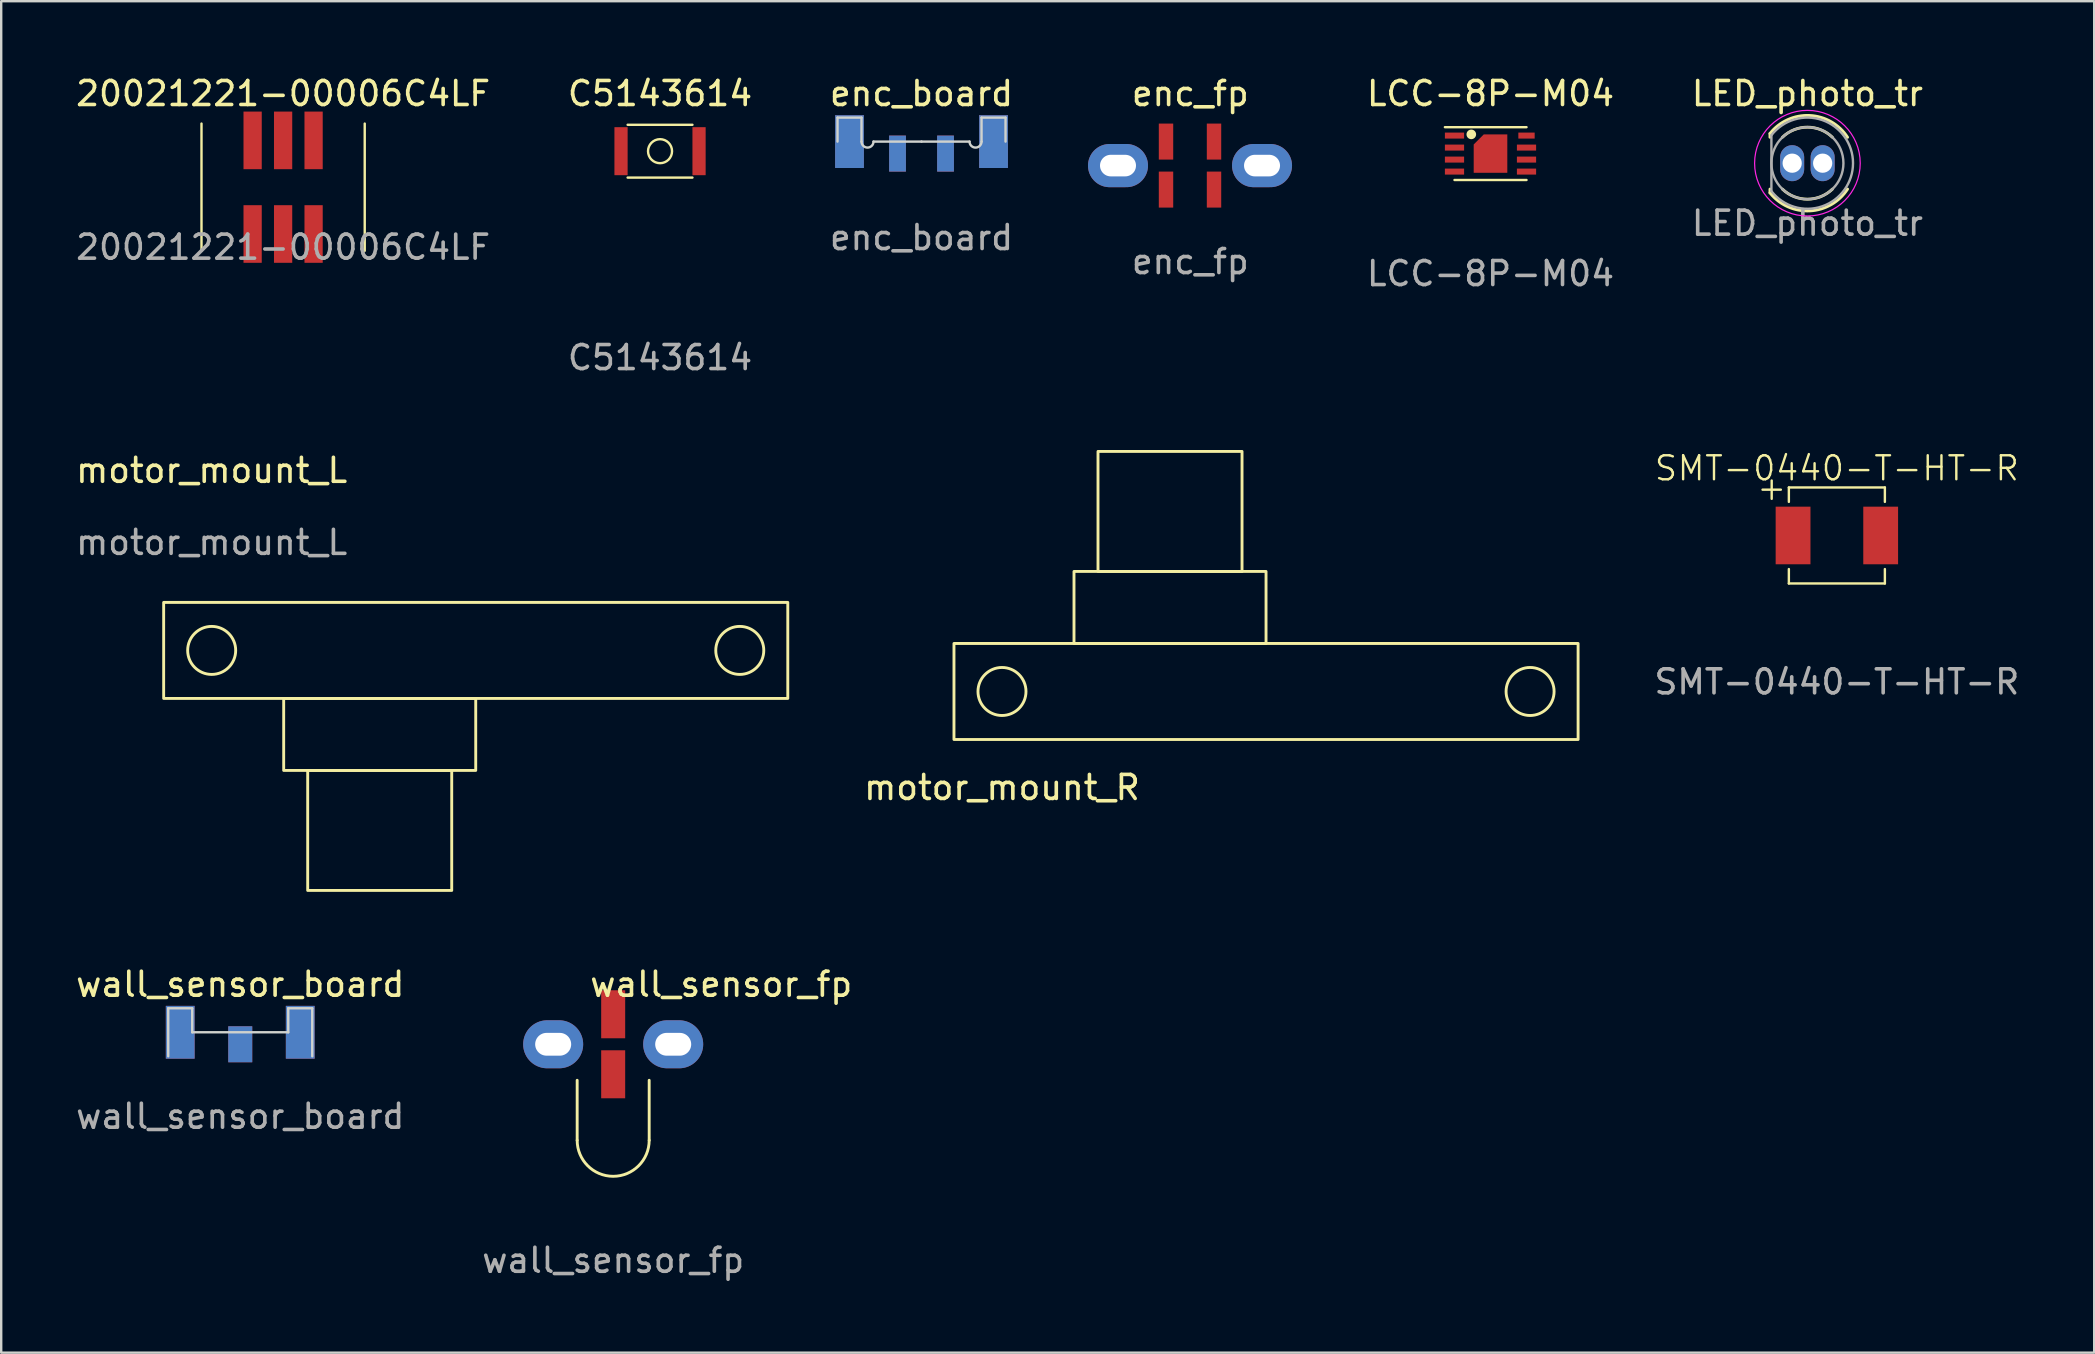
<source format=kicad_pcb>
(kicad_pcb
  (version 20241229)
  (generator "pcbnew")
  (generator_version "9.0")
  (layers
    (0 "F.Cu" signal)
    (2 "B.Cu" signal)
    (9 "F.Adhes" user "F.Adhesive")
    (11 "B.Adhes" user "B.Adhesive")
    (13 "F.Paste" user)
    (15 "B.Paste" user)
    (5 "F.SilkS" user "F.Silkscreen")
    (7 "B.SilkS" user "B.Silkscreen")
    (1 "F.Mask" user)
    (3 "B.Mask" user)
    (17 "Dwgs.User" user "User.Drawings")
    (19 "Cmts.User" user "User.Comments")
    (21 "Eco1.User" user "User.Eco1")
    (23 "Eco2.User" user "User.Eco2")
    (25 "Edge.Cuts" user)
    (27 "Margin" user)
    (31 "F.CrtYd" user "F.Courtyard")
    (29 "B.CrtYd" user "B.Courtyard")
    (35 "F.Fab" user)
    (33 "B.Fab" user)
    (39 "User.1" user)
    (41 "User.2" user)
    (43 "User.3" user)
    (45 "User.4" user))
  (footprint "enc_board"
    (layer "F.Cu")
    (at 35.339 2.848)
    (property "Reference" "enc_board" (at 0 -2 0) (unlocked yes) (layer "F.SilkS") (effects (font (size 1 1) (thickness 0.15))))
    (attr smd)
    (fp_line (start -3.5 -1) (end -3.5 0) (stroke (width 0.1) (type default)) (layer "Edge.Cuts"))
    (fp_line (start -2.5 -1) (end -3.5 -1) (stroke (width 0.1) (type default)) (layer "Edge.Cuts"))
    (fp_line (start -2.5 0) (end -2.5 -1) (stroke (width 0.1) (type default)) (layer "Edge.Cuts"))
    (fp_line (start 0 0) (end -2 0) (stroke (width 0.1) (type default)) (layer "Edge.Cuts"))
    (fp_line (start 0 0) (end 2 0) (stroke (width 0.1) (type default)) (layer "Edge.Cuts"))
    (fp_line (start 2.5 -1) (end 3.5 -1) (stroke (width 0.1) (type default)) (layer "Edge.Cuts"))
    (fp_line (start 2.5 0) (end 2.5 -1) (stroke (width 0.1) (type default)) (layer "Edge.Cuts"))
    (fp_line (start 3.5 -1) (end 3.5 0) (stroke (width 0.1) (type default)) (layer "Edge.Cuts"))
    (fp_arc (start -2 0) (mid -2.25 0.25) (end -2.5 0) (stroke (width 0.1) (type default)) (layer "Edge.Cuts"))
    (fp_arc (start 2.5 0) (mid 2.25 0.25) (end 2 0) (stroke (width 0.1) (type default)) (layer "Edge.Cuts"))
    (fp_text user "${REFERENCE}" (at 0 4 0) (unlocked yes) (layer "F.Fab") (effects (font (size 1 1) (thickness 0.15))))
    (pad "1" smd rect (at 3 0) (size 1.2 2.2) (layers "F.Cu" "F.Mask" "F.Paste"))
    (pad "1" smd rect (at 3 0) (size 1.2 2.2) (layers "F.Cu" "F.Mask" "F.Paste"))
    (pad "1" smd rect (at 3 0) (size 1.2 2.2) (layers "B.Cu" "B.Mask" "B.Paste"))
    (pad "2" smd rect (at 1 0.5) (size 0.7 1.5) (layers "F.Cu" "F.Mask" "F.Paste"))
    (pad "3" smd rect (at -1 0.5) (size 0.7 1.5) (layers "F.Cu" "F.Mask" "F.Paste"))
    (pad "4" smd rect (at 1 0.5) (size 0.7 1.5) (layers "B.Cu" "B.Mask" "B.Paste"))
    (pad "5" smd rect (at -1 0.5) (size 0.7 1.5) (layers "B.Cu" "B.Mask" "B.Paste"))
    (pad "6" smd rect (at -3 0) (size 1.2 2.2) (layers "F.Cu" "F.Mask" "F.Paste"))
    (pad "6" smd rect (at -3 0) (size 1.2 2.2) (layers "B.Cu" "B.Mask" "B.Paste")))
  (footprint "20021221-00006C4LF"
    (layer "F.Cu")
    (at 8.744 4.748)
    (property "Reference" "20021221-00006C4LF" (at 0 -3.9 0) (unlocked yes) (layer "F.SilkS") (effects (font (size 1 1) (thickness 0.15))))
    (attr smd)
    (fp_line (start -3.4 -2.65) (end -3.4 2.65) (stroke (width 0.1) (type default)) (layer "F.SilkS"))
    (fp_line (start 3.4 -2.65) (end 3.4 2.65) (stroke (width 0.1) (type default)) (layer "F.SilkS"))
    (fp_text user "${REFERENCE}" (at 0 2.5 0) (unlocked yes) (layer "F.Fab") (effects (font (size 1 1) (thickness 0.15))))
    (pad "1" smd rect (at -1.27 1.95) (size 0.76 2.4) (layers "F.Cu" "F.Mask" "F.Paste"))
    (pad "2" smd rect (at -1.27 -1.95) (size 0.76 2.4) (layers "F.Cu" "F.Mask" "F.Paste"))
    (pad "3" smd rect (at 0 1.95) (size 0.76 2.4) (layers "F.Cu" "F.Mask" "F.Paste"))
    (pad "4" smd rect (at 0 -1.95) (size 0.76 2.4) (layers "F.Cu" "F.Mask" "F.Paste"))
    (pad "5" smd rect (at 1.27 1.95) (size 0.76 2.4) (layers "F.Cu" "F.Mask" "F.Paste"))
    (pad "6" smd rect (at 1.27 -1.95) (size 0.76 2.4) (layers "F.Cu" "F.Mask" "F.Paste")))
  (footprint "enc_fp"
    (layer "F.Cu")
    (at 46.537 3.848)
    (property "Reference" "enc_fp" (at 0 -3 0) (unlocked yes) (layer "F.SilkS") (effects (font (size 1 1) (thickness 0.15))))
    (attr smd)
    (fp_rect (start -2.513 -0.5) (end 2.513 0.5) (stroke (width 0.1) (type default)) (fill no) (layer "User.3"))
    (fp_text user "${REFERENCE}" (at 0 4 0) (unlocked yes) (layer "F.Fab") (effects (font (size 1 1) (thickness 0.15))))
    (pad "1" thru_hole oval (at 2.987 0) (size 2.5 1.8) (drill oval 1.5 0.9) (layers "*.Cu" "*.Mask"))
    (pad "2" smd rect (at 0.987 -1) (size 0.6 1.5) (layers "F.Cu" "F.Mask" "F.Paste"))
    (pad "3" smd rect (at -1.013 -1) (size 0.6 1.5) (layers "F.Cu" "F.Mask" "F.Paste"))
    (pad "4" smd rect (at 0.987 1) (size 0.6 1.5) (layers "F.Cu" "F.Mask" "F.Paste"))
    (pad "5" smd rect (at -1.013 1) (size 0.6 1.5) (layers "F.Cu" "F.Mask" "F.Paste"))
    (pad "6" thru_hole oval (at -3.013 0) (size 2.5 1.8) (drill oval 1.5 0.9) (layers "*.Cu" "*.Mask")))
  (footprint "wall_sensor_fp"
    (layer "F.Cu")
    (at 22.494 40.453)
    (property "Reference" "wall_sensor_fp" (at 4.5 -2.5 0) (unlocked yes) (layer "F.SilkS") (effects (font (size 1 1) (thickness 0.15))))
    (attr smd)
    (fp_line (start -1.5 4) (end -1.5 1.5) (stroke (width 0.12) (type default)) (layer "F.SilkS"))
    (fp_line (start 1.5 4) (end 1.5 1.5) (stroke (width 0.12) (type default)) (layer "F.SilkS"))
    (fp_arc (start 1.5 4) (mid 0 5.5) (end -1.5 4) (stroke (width 0.12) (type default)) (layer "F.SilkS"))
    (fp_text user "${REFERENCE}" (at 0 9 0) (unlocked yes) (layer "F.Fab") (effects (font (size 1 1) (thickness 0.15))))
    (pad "1" smd rect (at 0 1.25 90) (size 2 1) (layers "F.Cu" "F.Mask" "F.Paste"))
    (pad "2" smd rect (at 0 -1.25 90) (size 2 1) (layers "F.Cu" "F.Mask" "F.Paste"))
    (pad "3" thru_hole oval (at 2.5 0 180) (size 2.5 2) (drill oval 1.5 0.95) (layers "*.Cu" "*.Mask"))
    (pad "4" thru_hole oval (at -2.5 0 180) (size 2.5 2) (drill oval 1.5 0.95) (layers "*.Cu" "*.Mask")))
  (footprint "motor_mount_R"
    (layer "F.Cu")
    (at 38.691 25.756)
    (property "Reference" "motor_mount_R" (at 0 4 0) (unlocked yes) (layer "F.SilkS") (effects (font (size 1 1) (thickness 0.15))))
    (attr smd)
    (fp_rect (start -2 -2) (end 24 2) (stroke (width 0.12) (type default)) (fill no) (layer "F.SilkS"))
    (fp_rect (start 3 -5) (end 11 -2) (stroke (width 0.12) (type default)) (fill no) (layer "F.SilkS"))
    (fp_rect (start 4 -10) (end 10 -5) (stroke (width 0.12) (type default)) (fill no) (layer "F.SilkS"))
    (fp_circle (center 0 0) (end 0 -1) (stroke (width 0.12) (type default)) (fill no) (layer "F.SilkS"))
    (fp_circle (center 22 0) (end 22 1) (stroke (width 0.12) (type default)) (fill no) (layer "F.SilkS")))
  (footprint "LED_photo_tr"
    (layer "F.Cu")
    (at 72.244 3.748)
    (property "Reference" "LED_photo_tr" (at 0 -2.9 0) (unlocked yes) (layer "F.SilkS") (effects (font (size 1 1) (thickness 0.15))))
    (attr smd)
    (fp_line (start -1.56 -1.236) (end -1.56 -1.08) (stroke (width 0.12) (type solid)) (layer "F.SilkS"))
    (fp_line (start -1.56 1.08) (end -1.56 1.236) (stroke (width 0.12) (type solid)) (layer "F.SilkS"))
    (fp_arc (start -1.56 -1.235516) (mid 0.096487 -1.987659) (end 1.672335 -1.078608) (stroke (width 0.12) (type solid)) (layer "F.SilkS"))
    (fp_arc (start -1.040961 -1.08) (mid 0.000117 -1.5) (end 1.04113 -1.079837) (stroke (width 0.12) (type solid)) (layer "F.SilkS"))
    (fp_arc (start 1.04113 1.079837) (mid 0.000117 1.5) (end -1.040961 1.08) (stroke (width 0.12) (type solid)) (layer "F.SilkS"))
    (fp_arc (start 1.672335 1.078608) (mid 0.096487 1.987659) (end -1.56 1.235516) (stroke (width 0.12) (type solid)) (layer "F.SilkS"))
    (fp_circle (center 0 0) (end 0 2.2) (stroke (width 0.05) (type default)) (fill no) (layer "F.CrtYd"))
    (fp_line (start -1.5 -1.166) (end -1.5 1.166) (stroke (width 0.1) (type solid)) (layer "F.Fab"))
    (fp_arc (start -1.5 -1.16619) (mid 1.9 0.000452) (end -1.500555 1.165476) (stroke (width 0.1) (type solid)) (layer "F.Fab"))
    (fp_circle (center 0 0) (end 1.5 0) (stroke (width 0.1) (type solid)) (fill no) (layer "F.Fab"))
    (fp_text user "${REFERENCE}" (at 0 2.5 0) (unlocked yes) (layer "F.Fab") (effects (font (size 1 1) (thickness 0.15))))
    (pad "1" thru_hole oval (at -0.635 0) (size 1 1.5) (drill 0.8) (layers "*.Cu" "*.Mask"))
    (pad "2" thru_hole oval (at 0.635 0) (size 1 1.5) (drill 0.8) (layers "*.Cu" "*.Mask")))
  (footprint "motor_mount_L"
    (layer "F.Cu")
    (at 5.768 24.045)
    (property "Reference" "motor_mount_L" (at 0 -7.5 0) (unlocked yes) (layer "F.SilkS") (effects (font (size 1 1) (thickness 0.15))))
    (attr smd)
    (fp_rect (start -2 -2) (end 24 2) (stroke (width 0.12) (type default)) (fill no) (layer "F.SilkS"))
    (fp_rect (start 3 2) (end 11 5) (stroke (width 0.12) (type default)) (fill no) (layer "F.SilkS"))
    (fp_rect (start 4 5) (end 10 10) (stroke (width 0.12) (type default)) (fill no) (layer "F.SilkS"))
    (fp_circle (center 0 0) (end 0 -1) (stroke (width 0.12) (type default)) (fill no) (layer "F.SilkS"))
    (fp_circle (center 22 0) (end 22 1) (stroke (width 0.12) (type default)) (fill no) (layer "F.SilkS"))
    (fp_text user "${REFERENCE}" (at 0 -4.5 0) (unlocked yes) (layer "F.Fab") (effects (font (size 1 1) (thickness 0.15)))))
  (footprint "LCC-8P-M04"
    (layer "F.Cu")
    (at 59.042 3.348)
    (property "Reference" "LCC-8P-M04" (at 0 -2.5 0) (unlocked yes) (layer "F.SilkS") (effects (font (size 1 1) (thickness 0.15))))
    (attr smd)
    (fp_line (start -1.5 1.1) (end 1.5 1.1) (stroke (width 0.1) (type default)) (layer "F.SilkS"))
    (fp_line (start 1.5 -1.1) (end -1.9 -1.1) (stroke (width 0.1) (type default)) (layer "F.SilkS"))
    (fp_circle (center -0.8 -0.8) (end -0.65 -0.8) (stroke (width 0.1) (type solid)) (fill yes) (layer "F.SilkS"))
    (fp_text user "${REFERENCE}" (at 0 5 0) (unlocked yes) (layer "F.Fab") (effects (font (size 1 1) (thickness 0.15))))
    (pad "1" smd rect (at -1.5 -0.75) (size 0.8 0.25) (layers "F.Cu" "F.Mask" "F.Paste"))
    (pad "2" smd rect (at -1.5 -0.25) (size 0.8 0.25) (layers "F.Cu" "F.Mask" "F.Paste"))
    (pad "3" smd rect (at -1.5 0.25) (size 0.8 0.25) (layers "F.Cu" "F.Mask" "F.Paste"))
    (pad "4" smd rect (at -1.5 0.75) (size 0.8 0.25) (layers "F.Cu" "F.Mask" "F.Paste"))
    (pad "5" smd rect (at 1.5 0.75) (size 0.8 0.25) (layers "F.Cu" "F.Mask" "F.Paste"))
    (pad "6" smd rect (at 1.5 0.25) (size 0.8 0.25) (layers "F.Cu" "F.Mask" "F.Paste"))
    (pad "7" smd rect (at 1.5 -0.25) (size 0.8 0.25) (layers "F.Cu" "F.Mask" "F.Paste"))
    (pad "8" smd rect (at 1.5 -0.75) (size 0.68 0.25) (layers "F.Cu" "F.Mask" "F.Paste"))
    (pad "9" smd roundrect (at 0 0) (size 1.4 1.6) (layers "F.Cu" "F.Mask" "F.Paste") (roundrect_rratio 0) (chamfer_ratio 0.3) (chamfer top_left)))
  (footprint "C5143614"
    (layer "F.Cu")
    (at 24.446 3.248)
    (property "Reference" "C5143614" (at 0 -2.4 0) (unlocked yes) (layer "F.SilkS") (effects (font (size 1 1) (thickness 0.15))))
    (attr smd)
    (fp_line (start -1.35 -1.1) (end 1.35 -1.1) (stroke (width 0.1) (type default)) (layer "F.SilkS"))
    (fp_line (start -1.35 1.1) (end 1.35 1.1) (stroke (width 0.1) (type default)) (layer "F.SilkS"))
    (fp_circle (center 0 0) (end 0.5 0) (stroke (width 0.1) (type default)) (fill no) (layer "F.SilkS"))
    (fp_text user "${REFERENCE}" (at 0 8.6 0) (unlocked yes) (layer "F.Fab") (effects (font (size 1 1) (thickness 0.15))))
    (pad "1" smd rect (at -1.625 0) (size 0.55 2) (layers "F.Cu" "F.Mask" "F.Paste"))
    (pad "2" smd rect (at 1.625 0) (size 0.55 2) (layers "F.Cu" "F.Mask" "F.Paste")))
  (footprint "SMT-0440-T-HT-R"
    (layer "F.Cu")
    (at 73.471 19.257)
    (property "Reference" "SMT-0440-T-HT-R" (at 0 -2.8 0) (unlocked yes) (layer "F.SilkS") (effects (font (size 1 1) (thickness 0.1))))
    (attr smd)
    (fp_line (start -2 -2) (end -2 -1.4) (stroke (width 0.1) (type default)) (layer "F.SilkS"))
    (fp_line (start -2 -2) (end 2 -2) (stroke (width 0.1) (type default)) (layer "F.SilkS"))
    (fp_line (start -2 2) (end -2 1.4) (stroke (width 0.1) (type default)) (layer "F.SilkS"))
    (fp_line (start -2 2) (end 2 2) (stroke (width 0.1) (type default)) (layer "F.SilkS"))
    (fp_line (start 2 -2) (end 2 -1.4) (stroke (width 0.1) (type default)) (layer "F.SilkS"))
    (fp_line (start 2 2) (end 2 1.4) (stroke (width 0.1) (type default)) (layer "F.SilkS"))
    (fp_text user "+" (at -3.4 -1.4 0) (unlocked yes) (layer "F.SilkS") (effects (font (size 1 1) (thickness 0.1)) (justify left bottom)))
    (fp_text user "${REFERENCE}" (at 0 6.1 0) (unlocked yes) (layer "F.Fab") (effects (font (size 1 1) (thickness 0.15))))
    (pad "1" smd rect (at -1.825 0) (size 1.45 2.4) (layers "F.Cu" "F.Mask" "F.Paste"))
    (pad "2" smd rect (at 1.825 0) (size 1.45 2.4) (layers "F.Cu" "F.Mask" "F.Paste")))
  (footprint "wall_sensor_board"
    (layer "F.Cu")
    (at 6.958 39.953)
    (property "Reference" "wall_sensor_board" (at 0 -2 0) (unlocked yes) (layer "F.SilkS") (effects (font (size 1 1) (thickness 0.15))))
    (attr smd)
    (fp_line (start -3 -1) (end -3 1) (stroke (width 0.1) (type default)) (layer "Edge.Cuts"))
    (fp_line (start -2 -1) (end -3 -1) (stroke (width 0.1) (type default)) (layer "Edge.Cuts"))
    (fp_line (start -2 -1) (end -2 0) (stroke (width 0.1) (type default)) (layer "Edge.Cuts"))
    (fp_line (start -2 0) (end 2 0) (stroke (width 0.1) (type default)) (layer "Edge.Cuts"))
    (fp_line (start 2 -1) (end 2 0) (stroke (width 0.1) (type default)) (layer "Edge.Cuts"))
    (fp_line (start 2 -1) (end 3 -1) (stroke (width 0.1) (type default)) (layer "Edge.Cuts"))
    (fp_line (start 3 -1) (end 3 1) (stroke (width 0.1) (type default)) (layer "Edge.Cuts"))
    (fp_text user "${REFERENCE}" (at 0 3.5 0) (unlocked yes) (layer "F.Fab") (effects (font (size 1 1) (thickness 0.15))))
    (pad "1" smd rect (at 0 0.5 90) (size 1.5 1) (layers "F.Cu" "F.Mask" "F.Paste"))
    (pad "2" smd rect (at 0 0.5 270) (size 1.5 1) (layers "B.Cu" "B.Mask" "B.Paste"))
    (pad "3" smd rect (at -2.5 0 90) (size 2.2 1.2) (layers "F.Cu" "F.Mask" "F.Paste"))
    (pad "3" smd rect (at -2.5 0 90) (size 2.2 1.2) (layers "B.Cu" "B.Mask" "B.Paste"))
    (pad "4" smd rect (at 2.5 0 90) (size 2.2 1.2) (layers "F.Cu" "F.Mask" "F.Paste"))
    (pad "4" smd rect (at 2.5 0 90) (size 2.2 1.2) (layers "B.Cu" "B.Mask" "B.Paste")))
  (gr_rect
    (start -3 -3)
    (end 84.191 53.301)
    (stroke (width 0.1) (type default))
    (fill no)
    (layer "Edge.Cuts")))
</source>
